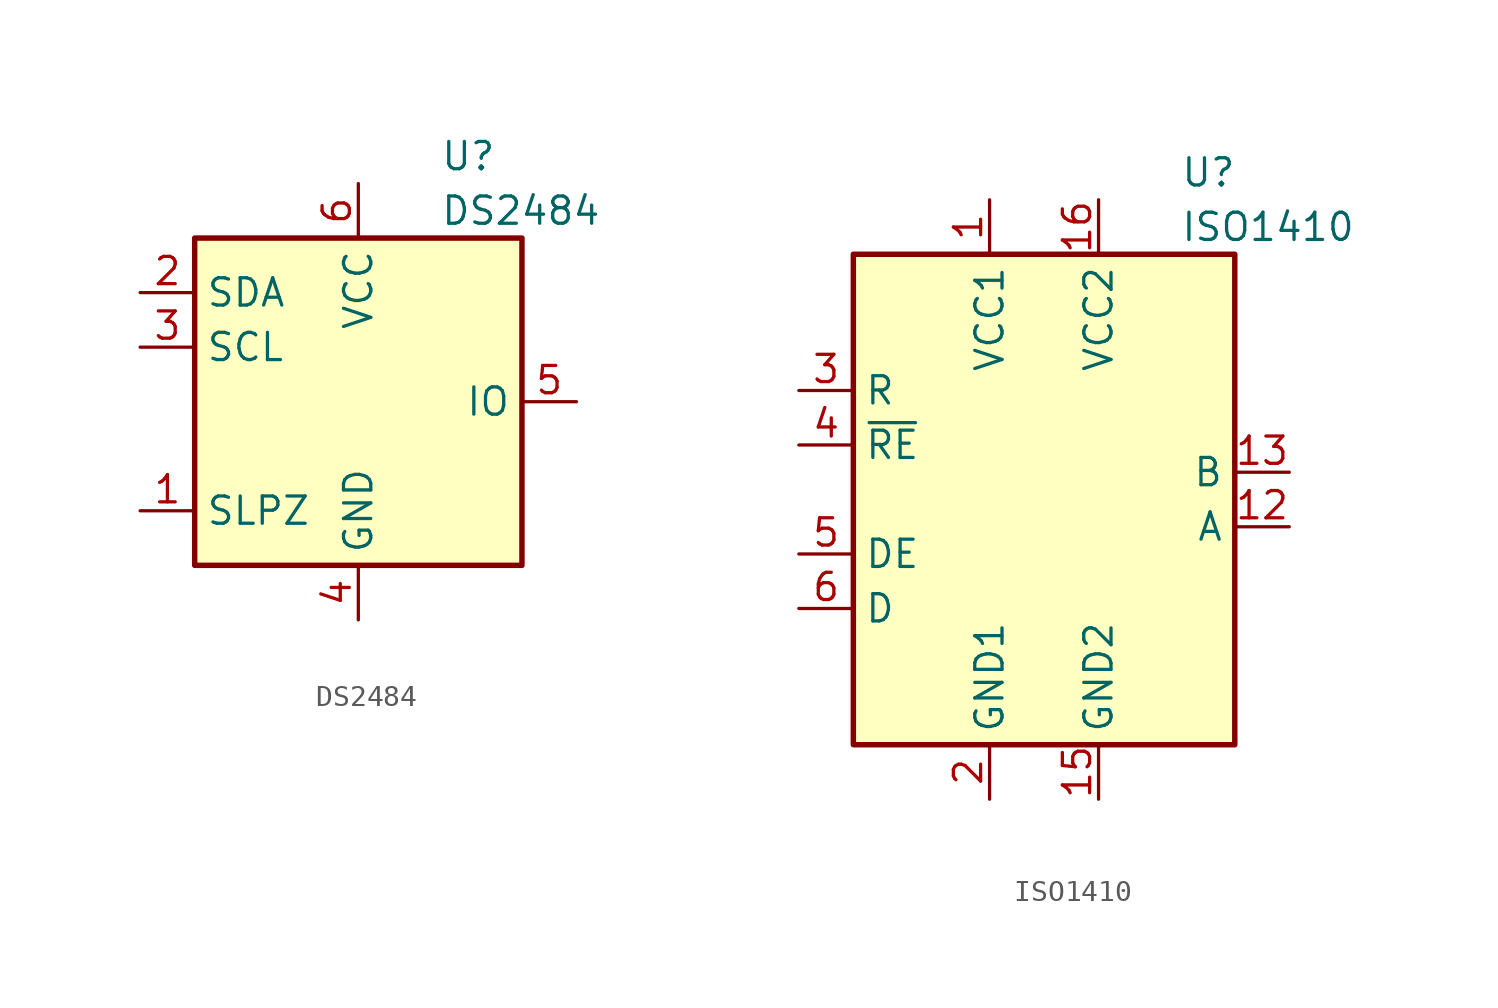
<source format=kicad_sym>
(kicad_symbol_lib
  (version 20220914)
  (generator kicad_symbol_editor)
  (symbol "DS2484"
    (property "Reference" "U"
      (at 3.81 11.43 0)
      (do_not_autoplace)
      (effects (font (size 1.27 1.27)) (justify left)))
    (property "Value" "DS2484"
      (at 3.81 8.89 0)
      (do_not_autoplace)
      (effects (font (size 1.27 1.27)) (justify left)))
    (symbol "DS2484_1_1"
      (rectangle (start -7.62 7.62) (end 7.62 -7.62) (stroke (width 0.254) (type default)) (fill (type background)))
      (pin input line (at -10.16 -5.08 0) (length 2.54) (name "SLPZ" (effects (font (size 1.27 1.27)))) (number "1" (effects (font (size 1.27 1.27)))))
      (pin bidirectional line (at -10.16 5.08 0) (length 2.54) (name "SDA" (effects (font (size 1.27 1.27)))) (number "2" (effects (font (size 1.27 1.27)))))
      (pin input line (at -10.16 2.54 0) (length 2.54) (name "SCL" (effects (font (size 1.27 1.27)))) (number "3" (effects (font (size 1.27 1.27)))))
      (pin power_in line (at 0 -10.16 90) (length 2.54) (name "GND" (effects (font (size 1.27 1.27)))) (number "4" (effects (font (size 1.27 1.27)))))
      (pin bidirectional line (at 10.16 0 180) (length 2.54) (name "IO" (effects (font (size 1.27 1.27)))) (number "5" (effects (font (size 1.27 1.27)))))
      (pin power_in line (at 0 10.16 270) (length 2.54) (name "VCC" (effects (font (size 1.27 1.27)))) (number "6" (effects (font (size 1.27 1.27)))))))
  (symbol "ISO1410"
    (property "Reference" "U"
      (at 6.35 15.24 0)
      (do_not_autoplace)
      (effects (font (size 1.27 1.27)) (justify left)))
    (property "Value" "ISO1410"
      (at 6.35 12.7 0)
      (do_not_autoplace)
      (effects (font (size 1.27 1.27)) (justify left)))
    (symbol "ISO1410_1_1"
      (rectangle (start -8.89 11.43) (end 8.89 -11.43) (stroke (width 0.254) (type default)) (fill (type background)))
      (pin power_in line (at -2.54 13.97 270) (length 2.54) (name "VCC1" (effects (font (size 1.27 1.27)))) (number "1" (effects (font (size 1.27 1.27)))))
      (pin no_connect line (at 8.89 5.08 180) (length 2.54) hide (name "NC" (effects (font (size 1.27 1.27)))) (number "10" (effects (font (size 1.27 1.27)))))
      (pin no_connect line (at 8.89 5.08 180) (length 2.54) hide (name "NC" (effects (font (size 1.27 1.27)))) (number "11" (effects (font (size 1.27 1.27)))))
      (pin bidirectional line (at 11.43 -1.27 180) (length 2.54) (name "A" (effects (font (size 1.27 1.27)))) (number "12" (effects (font (size 1.27 1.27)))))
      (pin bidirectional line (at 11.43 1.27 180) (length 2.54) (name "B" (effects (font (size 1.27 1.27)))) (number "13" (effects (font (size 1.27 1.27)))))
      (pin no_connect line (at 8.89 5.08 180) (length 2.54) hide (name "NC" (effects (font (size 1.27 1.27)))) (number "14" (effects (font (size 1.27 1.27)))))
      (pin power_in line (at 2.54 -13.97 90) (length 2.54) (name "GND2" (effects (font (size 1.27 1.27)))) (number "15" (effects (font (size 1.27 1.27)))))
      (pin power_in line (at 2.54 13.97 270) (length 2.54) (name "VCC2" (effects (font (size 1.27 1.27)))) (number "16" (effects (font (size 1.27 1.27)))))
      (pin power_in line (at -2.54 -13.97 90) (length 2.54) (name "GND1" (effects (font (size 1.27 1.27)))) (number "2" (effects (font (size 1.27 1.27)))))
      (pin output line (at -11.43 5.08 0) (length 2.54) (name "R" (effects (font (size 1.27 1.27)))) (number "3" (effects (font (size 1.27 1.27)))))
      (pin input line (at -11.43 2.54 0) (length 2.54) (name "~{RE}" (effects (font (size 1.27 1.27)))) (number "4" (effects (font (size 1.27 1.27)))))
      (pin input line (at -11.43 -2.54 0) (length 2.54) (name "DE" (effects (font (size 1.27 1.27)))) (number "5" (effects (font (size 1.27 1.27)))))
      (pin input line (at -11.43 -5.08 0) (length 2.54) (name "D" (effects (font (size 1.27 1.27)))) (number "6" (effects (font (size 1.27 1.27)))))
      (pin no_connect line (at -8.89 -6.35 0) (length 2.54) hide (name "NC" (effects (font (size 1.27 1.27)))) (number "7" (effects (font (size 1.27 1.27)))))
      (pin passive line (at -2.54 -13.97 90) (length 2.54) hide (name "GND1" (effects (font (size 1.27 1.27)))) (number "8" (effects (font (size 1.27 1.27)))))
      (pin passive line (at 2.54 -13.97 90) (length 2.54) hide (name "GND2" (effects (font (size 1.27 1.27)))) (number "9" (effects (font (size 1.27 1.27))))))))
</source>
